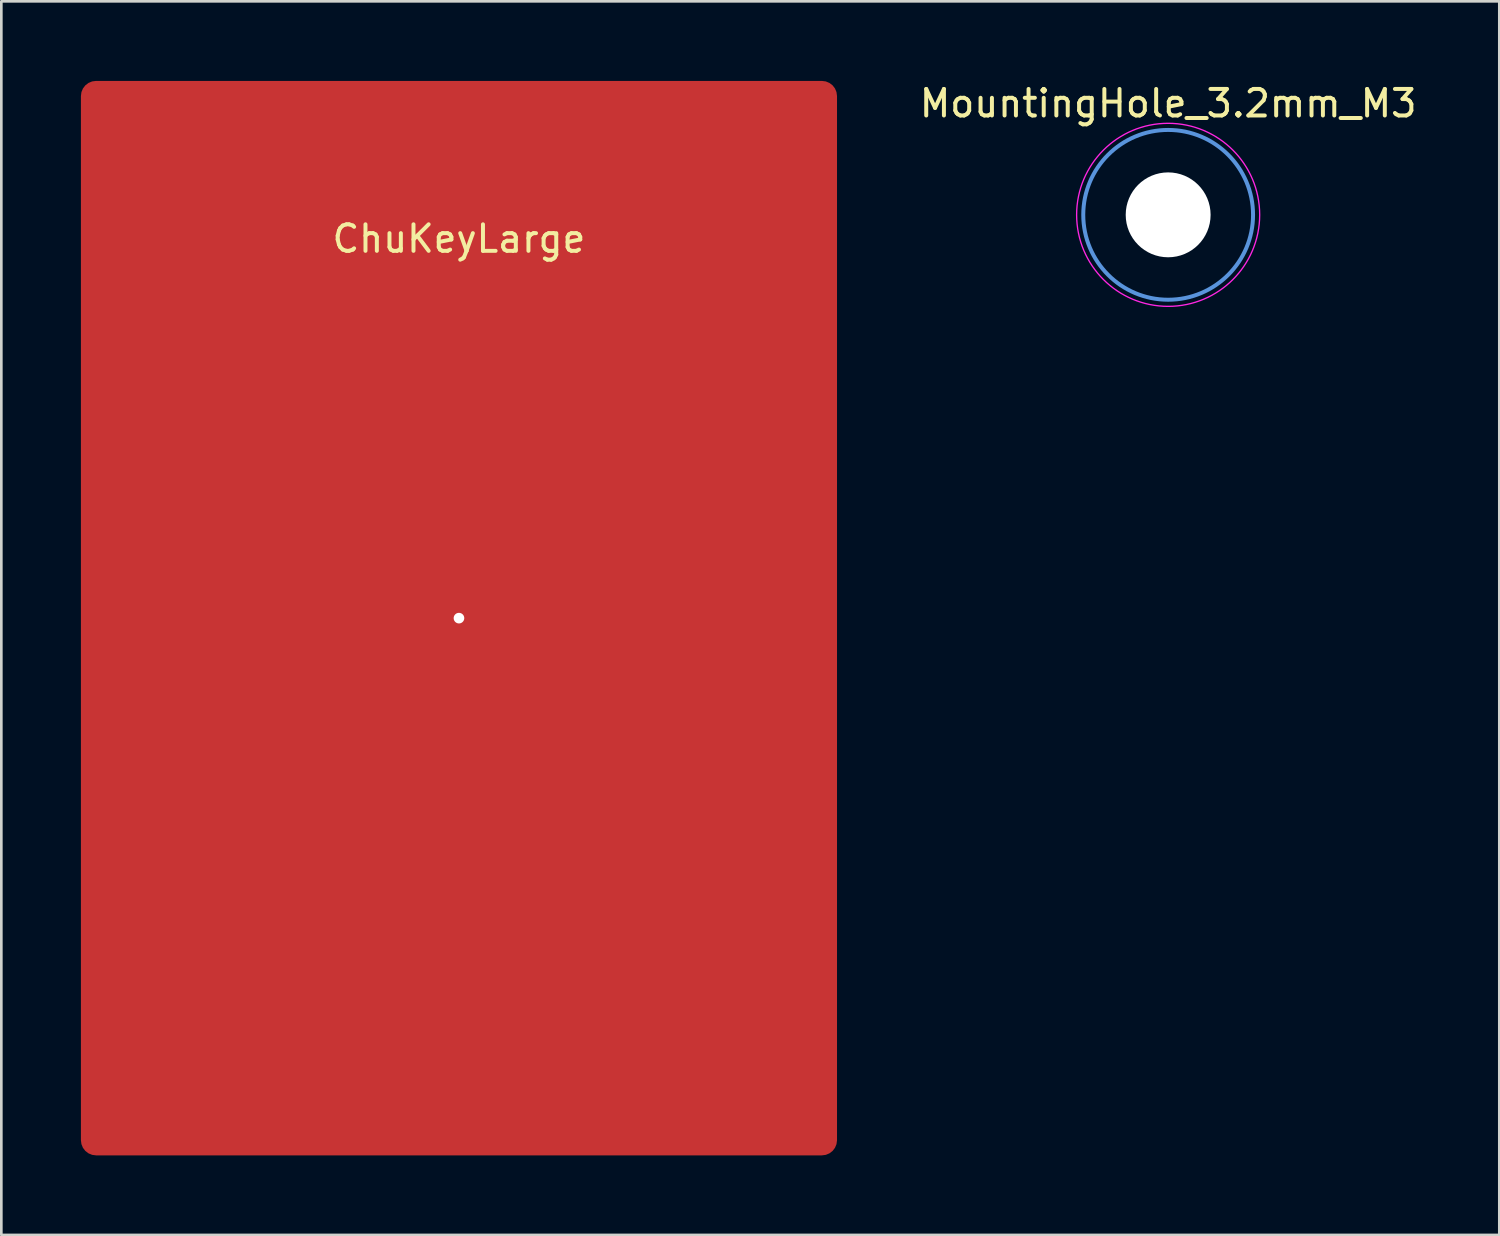
<source format=kicad_pcb>
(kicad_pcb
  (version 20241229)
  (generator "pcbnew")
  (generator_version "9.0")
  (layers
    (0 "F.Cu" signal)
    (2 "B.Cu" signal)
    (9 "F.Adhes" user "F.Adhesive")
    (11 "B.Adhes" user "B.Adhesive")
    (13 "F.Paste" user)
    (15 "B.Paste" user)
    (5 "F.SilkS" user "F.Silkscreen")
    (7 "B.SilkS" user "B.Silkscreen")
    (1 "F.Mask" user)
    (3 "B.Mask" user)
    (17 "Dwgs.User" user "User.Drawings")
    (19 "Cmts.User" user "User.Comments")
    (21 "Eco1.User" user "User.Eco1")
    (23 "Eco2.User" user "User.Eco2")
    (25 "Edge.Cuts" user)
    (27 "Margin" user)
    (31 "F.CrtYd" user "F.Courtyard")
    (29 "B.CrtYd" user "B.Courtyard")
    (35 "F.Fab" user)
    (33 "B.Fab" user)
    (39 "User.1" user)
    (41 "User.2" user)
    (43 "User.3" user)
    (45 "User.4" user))
  (footprint "ChuKeyLarge"
    (layer "F.Cu")
    (at 14.25 20.25)
    (property "Reference" "ChuKeyLarge" (at 0 -14.3 0) (unlocked yes) (layer "F.SilkS") (effects (font (size 1 1) (thickness 0.15))))
    (attr through_hole)
    (pad "1" thru_hole circle (at 0 0) (size 0.8 0.8) (drill 0.4) (layers "*.Cu" "*.Mask") (remove_unused_layers yes) (zone_layer_connections))
    (pad "1" smd roundrect (at 0 0) (size 28.5 40.5) (layers "F.Cu") (roundrect_rratio 0.02)))
  (footprint "MountingHole_3.2mm_M3"
    (layer "F.Cu")
    (at 40.982 5.048)
    (property "Reference" "MountingHole_3.2mm_M3" (at 0 -4.2 0) (layer "F.SilkS") (effects (font (size 1 1) (thickness 0.15))))
    (attr exclude_from_pos_files exclude_from_bom)
    (fp_circle (center 0 0) (end 3.2 0) (stroke (width 0.15) (type solid)) (fill no) (layer "Cmts.User"))
    (fp_circle (center 0 0) (end 3.45 0) (stroke (width 0.05) (type solid)) (fill no) (layer "F.CrtYd"))
    (pad "" np_thru_hole circle (at 0 0) (size 3.2 3.2) (drill 3.2) (layers "*.Cu" "*.Mask"))
    (zone (net_name "") (layers "F.Cu" "B.Cu") (hatch edge 0.5) (connect_pads) (min_thickness 0.25) (filled_areas_thickness no) (keepout (tracks not_allowed) (vias not_allowed) (pads allowed) (copperpour not_allowed) (footprints allowed)) (placement (enabled no)) (fill) (polygon (pts (xy 40.357 1.798) (xy 41.607 1.798) (xy 43.013 2.361) (xy 43.67 3.017) (xy 44.279 4.54) (xy 44.279 5.556) (xy 43.681 7.05) (xy 42.984 7.747) (xy 41.483 8.348) (xy 40.482 8.348) (xy 38.982 7.748) (xy 38.282 7.048) (xy 37.682 5.548) (xy 37.682 4.548) (xy 38.295 3.017) (xy 38.951 2.361)))))
  (gr_rect
    (start -3 -3)
    (end 53.464 43.5)
    (stroke (width 0.1) (type default))
    (fill no)
    (layer "Edge.Cuts")))
</source>
